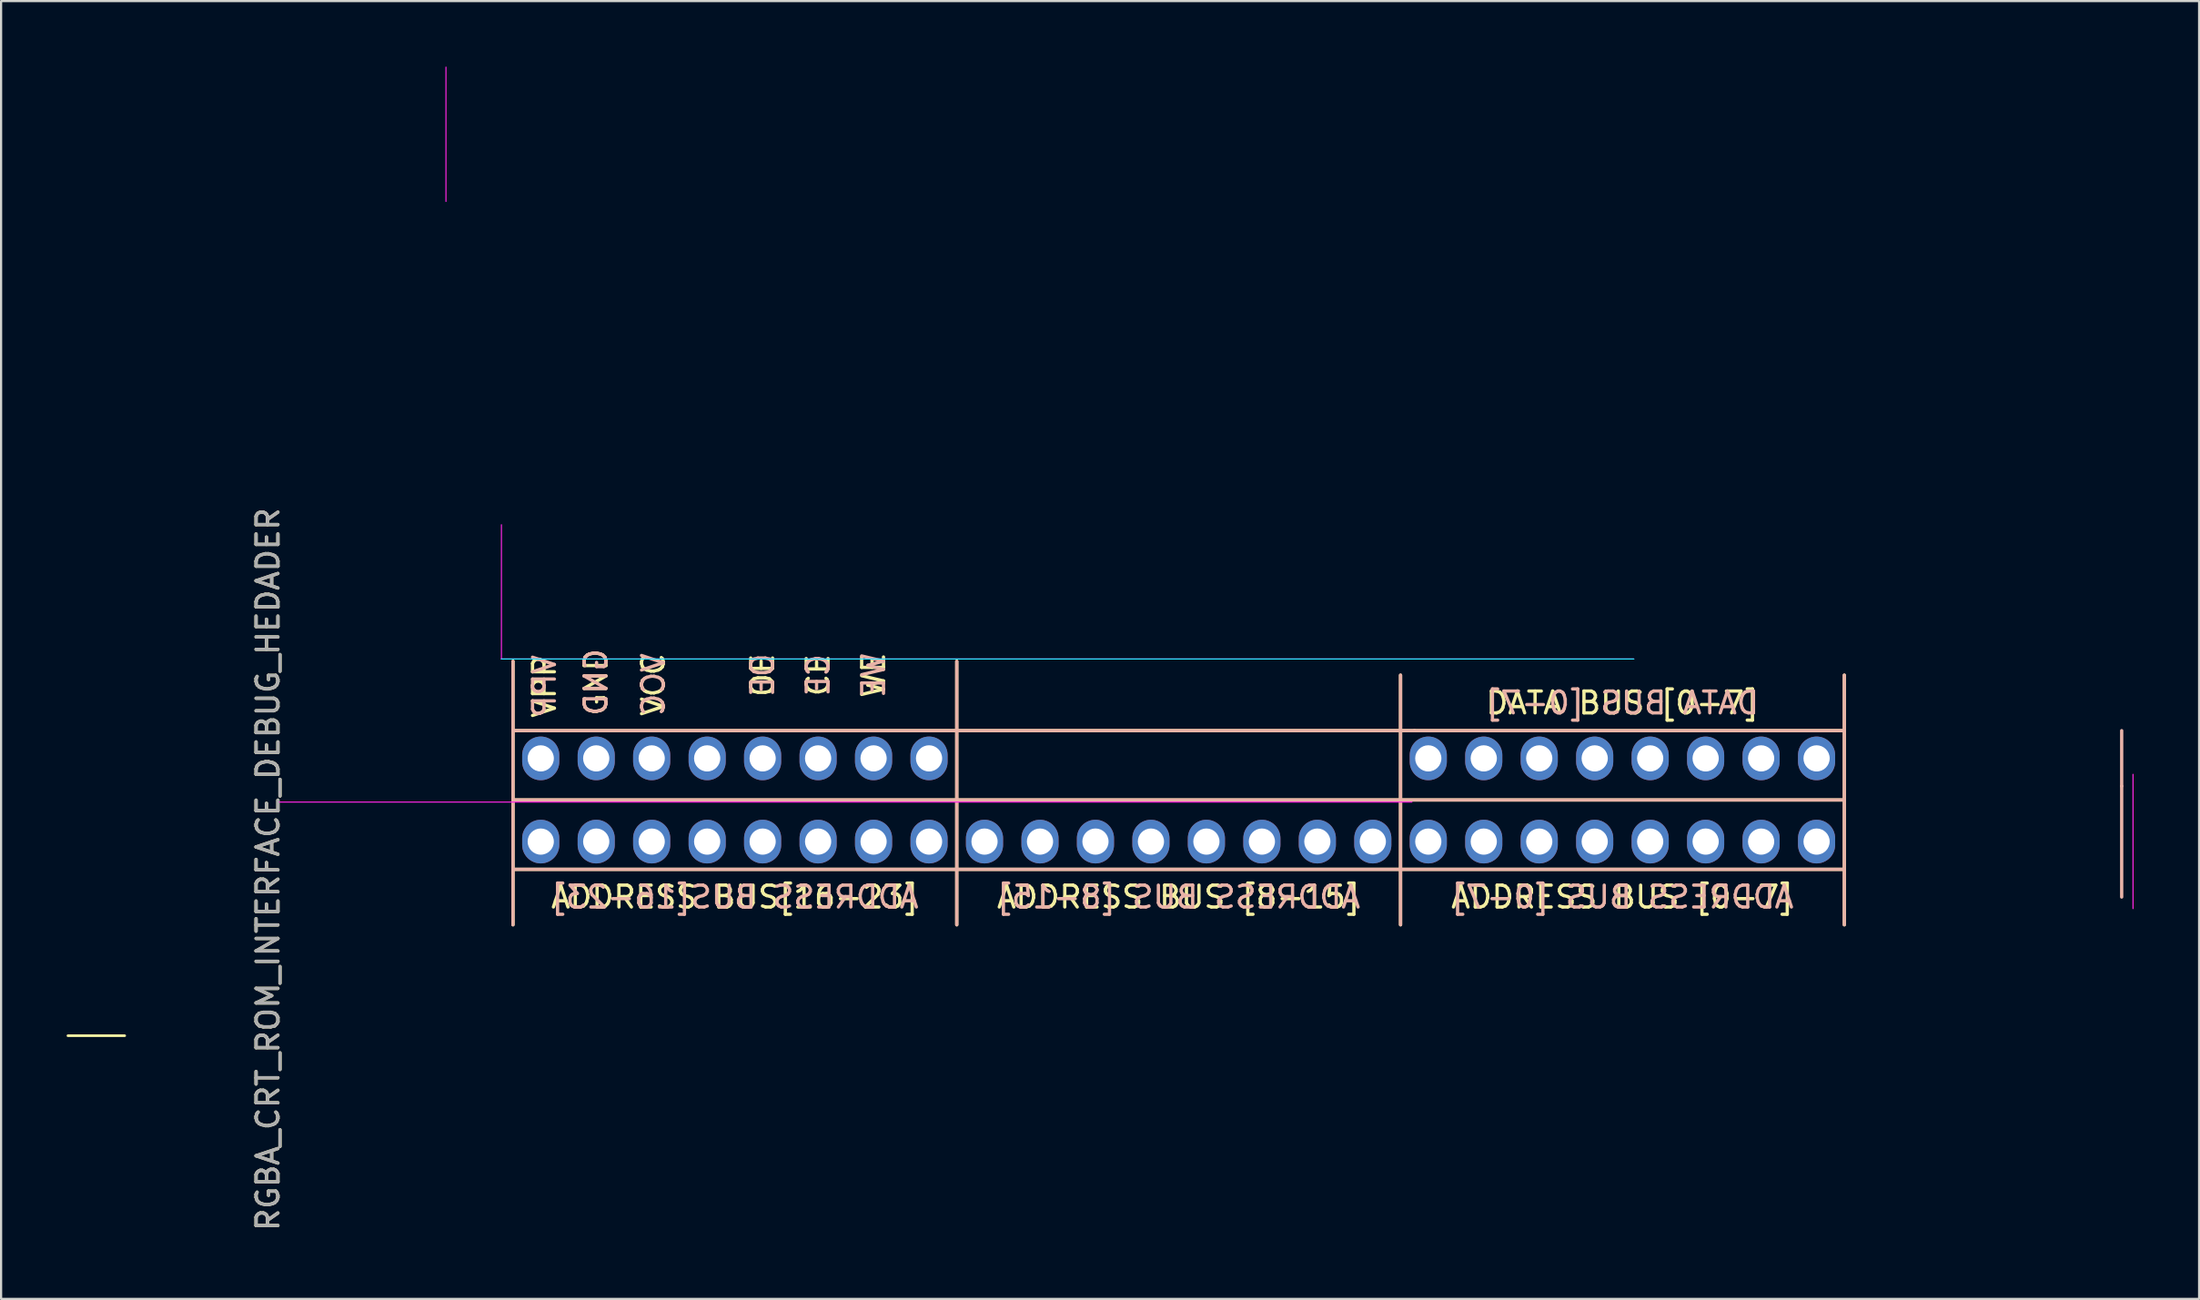
<source format=kicad_pcb>
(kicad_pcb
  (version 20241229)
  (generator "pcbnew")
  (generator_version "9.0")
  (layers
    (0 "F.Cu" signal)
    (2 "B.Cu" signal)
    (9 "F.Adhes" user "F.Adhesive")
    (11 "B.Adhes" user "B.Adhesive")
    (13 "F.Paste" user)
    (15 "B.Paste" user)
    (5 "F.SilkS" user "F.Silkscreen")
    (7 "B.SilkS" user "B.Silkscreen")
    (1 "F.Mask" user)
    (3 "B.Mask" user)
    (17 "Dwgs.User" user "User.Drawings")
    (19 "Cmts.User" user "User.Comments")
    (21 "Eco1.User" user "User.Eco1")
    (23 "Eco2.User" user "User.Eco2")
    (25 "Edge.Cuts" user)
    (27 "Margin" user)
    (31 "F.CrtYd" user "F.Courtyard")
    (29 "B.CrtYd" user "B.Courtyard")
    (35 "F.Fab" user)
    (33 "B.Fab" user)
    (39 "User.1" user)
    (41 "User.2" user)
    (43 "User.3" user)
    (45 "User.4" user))
  (footprint "RGBA_CRT_ROM_INTERFACE_DEBUG_HEDADER"
    (layer "F.Cu")
    (at 34.41 38.03)
    (property "Reference" "RGBA_CRT_ROM_INTERFACE_DEBUG_HEDADER" (at -25.19 -1.27 270) (layer "F.SilkS") (effects (font (size 1 1) (thickness 0.15))))
    (attr through_hole)
    (fp_line (start -34.35 6.35) (end -31.75 6.35) (stroke (width 0.12) (type solid)) (layer "F.SilkS"))
    (fp_line (start -13.97 -10.795) (end -13.97 -7.62) (stroke (width 0.15) (type solid)) (layer "F.SilkS"))
    (fp_line (start -13.97 -7.62) (end -13.97 -1.27) (stroke (width 0.15) (type solid)) (layer "F.SilkS"))
    (fp_line (start -13.97 -7.62) (end 6.35 -7.62) (stroke (width 0.15) (type solid)) (layer "F.SilkS"))
    (fp_line (start -13.97 -4.445) (end 46.99 -4.445) (stroke (width 0.15) (type solid)) (layer "F.SilkS"))
    (fp_line (start -13.97 -1.27) (end -13.97 1.27) (stroke (width 0.15) (type solid)) (layer "F.SilkS"))
    (fp_line (start 6.35 -7.62) (end 6.35 -10.795) (stroke (width 0.15) (type solid)) (layer "F.SilkS"))
    (fp_line (start 6.35 -7.62) (end 6.35 -1.27) (stroke (width 0.15) (type solid)) (layer "F.SilkS"))
    (fp_line (start 6.35 -7.62) (end 27.305 -7.62) (stroke (width 0.15) (type solid)) (layer "F.SilkS"))
    (fp_line (start 6.35 -1.27) (end 6.35 1.27) (stroke (width 0.15) (type solid)) (layer "F.SilkS"))
    (fp_line (start 26.67 -7.62) (end 26.67 -10.16) (stroke (width 0.15) (type solid)) (layer "F.SilkS"))
    (fp_line (start 26.67 -7.62) (end 26.67 -1.27) (stroke (width 0.15) (type solid)) (layer "F.SilkS"))
    (fp_line (start 26.67 -1.27) (end -13.97 -1.27) (stroke (width 0.15) (type solid)) (layer "F.SilkS"))
    (fp_line (start 26.67 -1.27) (end 26.67 1.27) (stroke (width 0.15) (type solid)) (layer "F.SilkS"))
    (fp_line (start 27.305 -7.62) (end 46.99 -7.62) (stroke (width 0.15) (type solid)) (layer "F.SilkS"))
    (fp_line (start 46.99 -7.62) (end 46.99 -10.16) (stroke (width 0.15) (type solid)) (layer "F.SilkS"))
    (fp_line (start 46.99 -7.62) (end 46.99 -1.27) (stroke (width 0.15) (type solid)) (layer "F.SilkS"))
    (fp_line (start 46.99 -1.27) (end 26.67 -1.27) (stroke (width 0.15) (type solid)) (layer "F.SilkS"))
    (fp_line (start 46.99 1.27) (end 46.99 -1.27) (stroke (width 0.15) (type solid)) (layer "F.SilkS"))
    (fp_line (start -13.97 -10.795) (end -13.97 -7.62) (stroke (width 0.15) (type solid)) (layer "B.SilkS"))
    (fp_line (start -13.97 -7.62) (end -13.97 -1.27) (stroke (width 0.15) (type solid)) (layer "B.SilkS"))
    (fp_line (start -13.97 -7.62) (end 6.35 -7.62) (stroke (width 0.15) (type solid)) (layer "B.SilkS"))
    (fp_line (start -13.97 -4.445) (end 46.99 -4.445) (stroke (width 0.15) (type solid)) (layer "B.SilkS"))
    (fp_line (start -13.97 -1.27) (end -13.97 1.27) (stroke (width 0.15) (type solid)) (layer "B.SilkS"))
    (fp_line (start 6.35 -7.62) (end 6.35 -10.795) (stroke (width 0.15) (type solid)) (layer "B.SilkS"))
    (fp_line (start 6.35 -7.62) (end 6.35 -1.27) (stroke (width 0.15) (type solid)) (layer "B.SilkS"))
    (fp_line (start 6.35 -7.62) (end 27.305 -7.62) (stroke (width 0.15) (type solid)) (layer "B.SilkS"))
    (fp_line (start 6.35 -1.27) (end 6.35 1.27) (stroke (width 0.15) (type solid)) (layer "B.SilkS"))
    (fp_line (start 26.67 -10.16) (end 26.67 -1.27) (stroke (width 0.15) (type solid)) (layer "B.SilkS"))
    (fp_line (start 26.67 -1.27) (end -13.97 -1.27) (stroke (width 0.15) (type solid)) (layer "B.SilkS"))
    (fp_line (start 26.67 -1.27) (end 26.67 1.27) (stroke (width 0.15) (type solid)) (layer "B.SilkS"))
    (fp_line (start 27.305 -7.62) (end 46.99 -7.62) (stroke (width 0.15) (type solid)) (layer "B.SilkS"))
    (fp_line (start 46.99 -7.62) (end 46.99 -10.16) (stroke (width 0.15) (type solid)) (layer "B.SilkS"))
    (fp_line (start 46.99 -7.62) (end 46.99 -1.27) (stroke (width 0.15) (type solid)) (layer "B.SilkS"))
    (fp_line (start 46.99 -1.27) (end 26.67 -1.27) (stroke (width 0.15) (type solid)) (layer "B.SilkS"))
    (fp_line (start 46.99 1.27) (end 46.99 -1.27) (stroke (width 0.15) (type solid)) (layer "B.SilkS"))
    (fp_line (start 59.69 -7.62) (end 59.69 -5.08) (stroke (width 0.15) (type solid)) (layer "B.SilkS"))
    (fp_line (start 59.69 -5.08) (end 59.69 0) (stroke (width 0.15) (type solid)) (layer "B.SilkS"))
    (fp_line (start -14.5 -10.9) (end 37.35 -10.9) (stroke (width 0.05) (type solid)) (layer "B.CrtYd"))
    (fp_line (start -17.04 -38.005) (end -17.04 -31.855) (stroke (width 0.05) (type solid)) (layer "F.CrtYd"))
    (fp_line (start -14.5 -17.05) (end -14.5 -10.9) (stroke (width 0.05) (type solid)) (layer "F.CrtYd"))
    (fp_line (start -14.5 -10.9) (end 37.35 -10.9) (stroke (width 0.05) (type solid)) (layer "F.CrtYd"))
    (fp_line (start 27.19 -4.35) (end -24.66 -4.35) (stroke (width 0.05) (type solid)) (layer "F.CrtYd"))
    (fp_line (start 60.21 0.53) (end 60.21 -5.62) (stroke (width 0.05) (type solid)) (layer "F.CrtYd"))
    (fp_text user "ADDRESS BUS [8-15]" (at 16.51 0 0) (layer "F.SilkS") (effects (font (size 1 1) (thickness 0.15))))
    (fp_text user "VPP" (at -12.53 -9.65 270) (layer "F.SilkS") (effects (font (size 1 1) (thickness 0.15))))
    (fp_text user "OE" (at -2.54 -10.16 270) (layer "F.SilkS") (effects (font (size 1 1) (thickness 0.15))))
    (fp_text user "ADDRESS BUS [0-7]" (at 36.83 0 0) (layer "F.SilkS") (effects (font (size 1 1) (thickness 0.15))))
    (fp_text user "VCC" (at -7.54 -9.73 270) (layer "F.SilkS") (effects (font (size 1 1) (thickness 0.15))))
    (fp_text user "GND" (at -10.17 -9.84 270) (layer "F.SilkS") (effects (font (size 1 1) (thickness 0.15))))
    (fp_text user "ADDRESS BUS[16-23]" (at -3.81 0 180) (layer "F.SilkS") (effects (font (size 1 1) (thickness 0.15))))
    (fp_text user "DATA BUS [0-7]" (at 36.83 -8.89 180) (layer "F.SilkS") (effects (font (size 1 1) (thickness 0.15))))
    (fp_text user "CE" (at 0 -10.16 270) (layer "F.SilkS") (effects (font (size 1 1) (thickness 0.15))))
    (fp_text user "WE" (at 2.54 -10.16 270) (layer "F.SilkS") (effects (font (size 1 1) (thickness 0.15))))
    (fp_text user "ADDRESS BUS[16-23]" (at -3.81 0 0) (layer "B.SilkS") (effects (font (size 1 1) (thickness 0.15)) (justify mirror)))
    (fp_text user "WE" (at 2.54 -10.16 270) (layer "B.SilkS") (effects (font (size 1 1) (thickness 0.15)) (justify mirror)))
    (fp_text user "VCC" (at -7.54 -9.73 270) (layer "B.SilkS") (effects (font (size 1 1) (thickness 0.15)) (justify mirror)))
    (fp_text user "GND" (at -10.17 -9.84 270) (layer "B.SilkS") (effects (font (size 1 1) (thickness 0.15)) (justify mirror)))
    (fp_text user "CE" (at 0 -10.16 270) (layer "B.SilkS") (effects (font (size 1 1) (thickness 0.15)) (justify mirror)))
    (fp_text user "OE" (at -2.54 -10.16 270) (layer "B.SilkS") (effects (font (size 1 1) (thickness 0.15)) (justify mirror)))
    (fp_text user "ADDRESS BUS [8-15]" (at 16.51 0 180) (layer "B.SilkS") (effects (font (size 1 1) (thickness 0.15)) (justify mirror)))
    (fp_text user "VPP" (at -12.53 -9.65 270) (layer "B.SilkS") (effects (font (size 1 1) (thickness 0.15)) (justify mirror)))
    (fp_text user "ADDRESS BUS [0-7]" (at 36.83 0 180) (layer "B.SilkS") (effects (font (size 1 1) (thickness 0.15)) (justify mirror)))
    (fp_text user "DATA BUS [0-7]" (at 36.83 -8.89 0) (layer "B.SilkS") (effects (font (size 1 1) (thickness 0.15)) (justify mirror)))
    (fp_text user "${REFERENCE}" (at -25.19 -1.27 270) (layer "F.Fab") (effects (font (size 1 1) (thickness 0.15))))
    (pad "1" thru_hole oval (at -12.7 -6.35 90) (size 2 1.7) (drill 1.2) (layers "*.Cu" "*.Mask"))
    (pad "2" thru_hole oval (at -10.16 -6.35 90) (size 2 1.7) (drill 1.2) (layers "*.Cu" "*.Mask"))
    (pad "3" thru_hole oval (at -7.62 -6.35 90) (size 2 1.7) (drill 1.2) (layers "*.Cu" "*.Mask"))
    (pad "4" thru_hole oval (at -5.08 -6.35 90) (size 2 1.7) (drill 1.2) (layers "*.Cu" "*.Mask"))
    (pad "5" thru_hole oval (at 7.62 -2.54 90) (size 2 1.7) (drill 1.2) (layers "*.Cu" "*.Mask"))
    (pad "6" thru_hole oval (at 10.16 -2.54 90) (size 2 1.7) (drill 1.2) (layers "*.Cu" "*.Mask"))
    (pad "7" thru_hole oval (at 12.7 -2.54 90) (size 2 1.7) (drill 1.2) (layers "*.Cu" "*.Mask"))
    (pad "8" thru_hole oval (at 15.24 -2.54 90) (size 2 1.7) (drill 1.2) (layers "*.Cu" "*.Mask"))
    (pad "9" thru_hole oval (at 17.78 -2.54 90) (size 2 1.7) (drill 1.2) (layers "*.Cu" "*.Mask"))
    (pad "10" thru_hole oval (at 20.32 -2.54 90) (size 2 1.7) (drill 1.2) (layers "*.Cu" "*.Mask"))
    (pad "11" thru_hole oval (at 22.86 -2.54 90) (size 2 1.7) (drill 1.2) (layers "*.Cu" "*.Mask"))
    (pad "12" thru_hole oval (at 25.4 -2.54 90) (size 2 1.7) (drill 1.2) (layers "*.Cu" "*.Mask"))
    (pad "13" thru_hole oval (at 27.94 -2.54 90) (size 2 1.7) (drill 1.2) (layers "*.Cu" "*.Mask"))
    (pad "14" thru_hole oval (at 30.48 -2.54 90) (size 2 1.7) (drill 1.2) (layers "*.Cu" "*.Mask"))
    (pad "15" thru_hole oval (at 33.02 -2.54 90) (size 2 1.7) (drill 1.2) (layers "*.Cu" "*.Mask"))
    (pad "16" thru_hole oval (at 35.56 -2.54 90) (size 2 1.7) (drill 1.2) (layers "*.Cu" "*.Mask"))
    (pad "17" thru_hole oval (at 38.1 -2.54 90) (size 2 1.7) (drill 1.2) (layers "*.Cu" "*.Mask"))
    (pad "18" thru_hole oval (at 40.64 -2.54 90) (size 2 1.7) (drill 1.2) (layers "*.Cu" "*.Mask"))
    (pad "19" thru_hole oval (at 43.18 -2.54 90) (size 2 1.7) (drill 1.2) (layers "*.Cu" "*.Mask"))
    (pad "20" thru_hole oval (at 45.72 -2.54 90) (size 2 1.7) (drill 1.2) (layers "*.Cu" "*.Mask"))
    (pad "21" thru_hole oval (at 45.72 -6.35 90) (size 2 1.7) (drill 1.2) (layers "*.Cu" "*.Mask"))
    (pad "22" thru_hole oval (at 43.18 -6.35 90) (size 2 1.7) (drill 1.2) (layers "*.Cu" "*.Mask"))
    (pad "23" thru_hole oval (at 40.64 -6.35 90) (size 2 1.7) (drill 1.2) (layers "*.Cu" "*.Mask"))
    (pad "24" thru_hole oval (at 38.1 -6.35 90) (size 2 1.7) (drill 1.2) (layers "*.Cu" "*.Mask"))
    (pad "25" thru_hole oval (at 35.56 -6.35 90) (size 2 1.7) (drill 1.2) (layers "*.Cu" "*.Mask"))
    (pad "26" thru_hole oval (at 33.02 -6.35 90) (size 2 1.7) (drill 1.2) (layers "*.Cu" "*.Mask"))
    (pad "27" thru_hole oval (at 30.48 -6.35 90) (size 2 1.7) (drill 1.2) (layers "*.Cu" "*.Mask"))
    (pad "28" thru_hole oval (at 27.94 -6.35 90) (size 2 1.7) (drill 1.2) (layers "*.Cu" "*.Mask"))
    (pad "29" thru_hole oval (at 5.08 -2.54 90) (size 2 1.7) (drill 1.2) (layers "*.Cu" "*.Mask"))
    (pad "30" thru_hole oval (at 2.54 -2.54 90) (size 2 1.7) (drill 1.2) (layers "*.Cu" "*.Mask"))
    (pad "31" thru_hole oval (at 0 -2.54 90) (size 2 1.7) (drill 1.2) (layers "*.Cu" "*.Mask"))
    (pad "32" thru_hole oval (at -2.54 -2.54 90) (size 2 1.7) (drill 1.2) (layers "*.Cu" "*.Mask"))
    (pad "33" thru_hole oval (at -5.08 -2.54 90) (size 2 1.7) (drill 1.2) (layers "*.Cu" "*.Mask"))
    (pad "34" thru_hole oval (at -7.62 -2.54 90) (size 2 1.7) (drill 1.2) (layers "*.Cu" "*.Mask"))
    (pad "35" thru_hole oval (at -10.16 -2.54 90) (size 2 1.7) (drill 1.2) (layers "*.Cu" "*.Mask"))
    (pad "36" thru_hole oval (at -12.7 -2.54 90) (size 2 1.7) (drill 1.2) (layers "*.Cu" "*.Mask"))
    (pad "37" thru_hole oval (at 5.08 -6.35 90) (size 2 1.7) (drill 1.2) (layers "*.Cu" "*.Mask"))
    (pad "38" thru_hole oval (at 2.54 -6.35 90) (size 2 1.7) (drill 1.2) (layers "*.Cu" "*.Mask"))
    (pad "39" thru_hole oval (at 0 -6.35 90) (size 2 1.7) (drill 1.2) (layers "*.Cu" "*.Mask"))
    (pad "40" thru_hole oval (at -2.54 -6.35 90) (size 2 1.7) (drill 1.2) (layers "*.Cu" "*.Mask")))
  (gr_rect
    (start -3 -3)
    (end 97.645 56.433)
    (stroke (width 0.1) (type default))
    (fill no)
    (layer "Edge.Cuts")))
</source>
